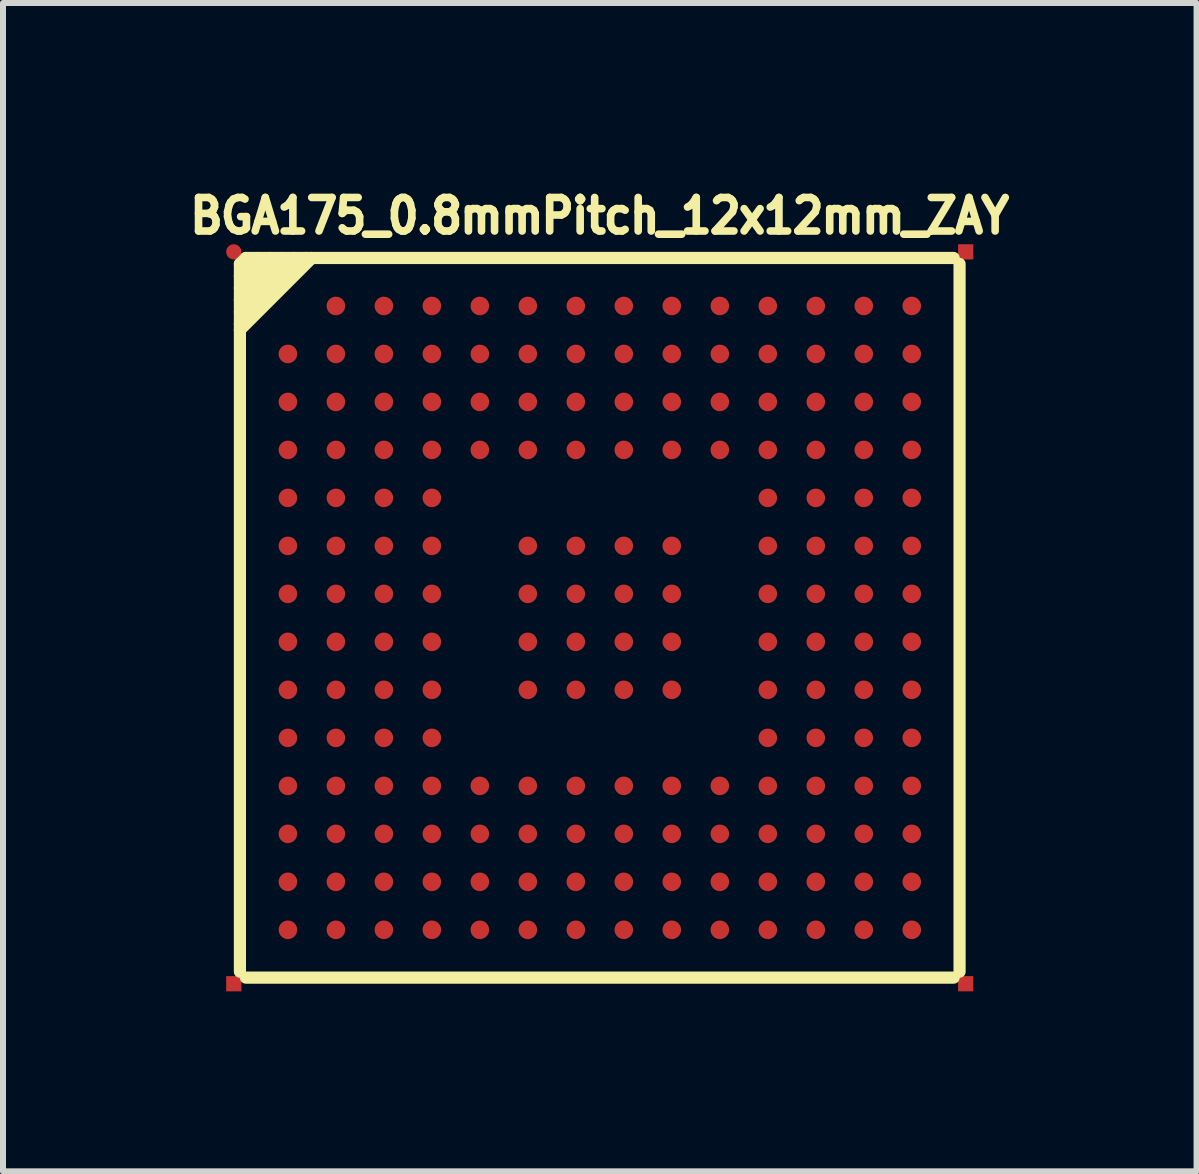
<source format=kicad_pcb>
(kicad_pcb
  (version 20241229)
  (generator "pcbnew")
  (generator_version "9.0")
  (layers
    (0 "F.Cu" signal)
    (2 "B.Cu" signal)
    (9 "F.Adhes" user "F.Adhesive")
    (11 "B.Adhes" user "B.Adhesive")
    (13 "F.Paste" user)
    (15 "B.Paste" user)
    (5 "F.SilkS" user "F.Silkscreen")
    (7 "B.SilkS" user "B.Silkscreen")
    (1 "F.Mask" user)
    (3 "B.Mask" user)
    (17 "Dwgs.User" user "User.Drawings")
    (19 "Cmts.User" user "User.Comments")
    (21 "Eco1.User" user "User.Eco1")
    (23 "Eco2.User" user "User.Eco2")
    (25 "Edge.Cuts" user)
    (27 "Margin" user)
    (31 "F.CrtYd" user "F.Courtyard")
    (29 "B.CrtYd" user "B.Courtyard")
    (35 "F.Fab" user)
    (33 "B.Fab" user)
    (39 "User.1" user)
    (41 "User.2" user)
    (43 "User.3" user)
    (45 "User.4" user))
  (footprint "BGA175_0.8mmPitch_12x12mm_ZAY"
    (layer "F.Cu")
    (at 6.949 7.25)
    (property "Reference" "BGA175_0.8mmPitch_12x12mm_ZAY" (at 0 -6.701 0) (layer "F.SilkS") (effects (font (size 0.559 0.508) (thickness 0.127))))
    (attr smd)
    (fp_line (start -5.999 -5.9) (end -5.999 5.9) (stroke (width 0.203) (type solid)) (layer "F.SilkS"))
    (fp_line (start -5.999 -5.9) (end -5.9 -5.999) (stroke (width 0.203) (type solid)) (layer "F.SilkS"))
    (fp_line (start -5.999 -5.7) (end -5.7 -5.999) (stroke (width 0.203) (type solid)) (layer "F.SilkS"))
    (fp_line (start -5.999 -5.499) (end -5.499 -5.999) (stroke (width 0.203) (type solid)) (layer "F.SilkS"))
    (fp_line (start -5.999 -5.301) (end -5.301 -5.999) (stroke (width 0.203) (type solid)) (layer "F.SilkS"))
    (fp_line (start -5.999 -5.1) (end -5.1 -5.999) (stroke (width 0.203) (type solid)) (layer "F.SilkS"))
    (fp_line (start -5.999 -4.9) (end -4.9 -5.999) (stroke (width 0.203) (type solid)) (layer "F.SilkS"))
    (fp_line (start -5.9 5.999) (end 5.9 5.999) (stroke (width 0.203) (type solid)) (layer "F.SilkS"))
    (fp_line (start -4.801 -5.999) (end -5.999 -4.801) (stroke (width 0.203) (type solid)) (layer "F.SilkS"))
    (fp_line (start 5.9 -5.999) (end -5.9 -5.999) (stroke (width 0.203) (type solid)) (layer "F.SilkS"))
    (fp_line (start 5.999 5.9) (end 5.999 -5.9) (stroke (width 0.203) (type solid)) (layer "F.SilkS"))
    (pad "0" smd circle (at -6.101 -6.101) (size 0.254 0.254) (layers "F.Cu" "F.Mask"))
    (pad "0" smd rect (at -6.101 6.101) (size 0.254 0.254) (layers "F.Cu" "F.Mask"))
    (pad "0" smd rect (at 6.101 -6.101) (size 0.254 0.254) (layers "F.Cu" "F.Mask"))
    (pad "0" smd rect (at 6.101 6.101) (size 0.254 0.254) (layers "F.Cu" "F.Mask"))
    (pad "A2" smd circle (at -4.399 -5.199) (size 0.31 0.31) (layers "F.Cu" "F.Mask" "F.Paste"))
    (pad "A3" smd circle (at -3.599 -5.199) (size 0.31 0.31) (layers "F.Cu" "F.Mask" "F.Paste"))
    (pad "A4" smd circle (at -2.799 -5.199) (size 0.31 0.31) (layers "F.Cu" "F.Mask" "F.Paste"))
    (pad "A5" smd circle (at -1.999 -5.199) (size 0.31 0.31) (layers "F.Cu" "F.Mask" "F.Paste"))
    (pad "A6" smd circle (at -1.199 -5.199) (size 0.31 0.31) (layers "F.Cu" "F.Mask" "F.Paste"))
    (pad "A7" smd circle (at -0.399 -5.199) (size 0.31 0.31) (layers "F.Cu" "F.Mask" "F.Paste"))
    (pad "A8" smd circle (at 0.401 -5.199) (size 0.31 0.31) (layers "F.Cu" "F.Mask" "F.Paste"))
    (pad "A9" smd circle (at 1.201 -5.199) (size 0.31 0.31) (layers "F.Cu" "F.Mask" "F.Paste"))
    (pad "A10" smd circle (at 2.002 -5.199) (size 0.31 0.31) (layers "F.Cu" "F.Mask" "F.Paste"))
    (pad "A11" smd circle (at 2.802 -5.199) (size 0.31 0.31) (layers "F.Cu" "F.Mask" "F.Paste"))
    (pad "A12" smd circle (at 3.602 -5.199) (size 0.31 0.31) (layers "F.Cu" "F.Mask" "F.Paste"))
    (pad "A13" smd circle (at 4.402 -5.199) (size 0.31 0.31) (layers "F.Cu" "F.Mask" "F.Paste"))
    (pad "A14" smd circle (at 5.202 -5.199) (size 0.31 0.31) (layers "F.Cu" "F.Mask" "F.Paste"))
    (pad "B1" smd circle (at -5.199 -4.399) (size 0.31 0.31) (layers "F.Cu" "F.Mask" "F.Paste"))
    (pad "B2" smd circle (at -4.399 -4.399) (size 0.31 0.31) (layers "F.Cu" "F.Mask" "F.Paste"))
    (pad "B3" smd circle (at -3.599 -4.399) (size 0.31 0.31) (layers "F.Cu" "F.Mask" "F.Paste"))
    (pad "B4" smd circle (at -2.799 -4.399) (size 0.31 0.31) (layers "F.Cu" "F.Mask" "F.Paste"))
    (pad "B5" smd circle (at -1.999 -4.399) (size 0.31 0.31) (layers "F.Cu" "F.Mask" "F.Paste"))
    (pad "B6" smd circle (at -1.199 -4.399) (size 0.31 0.31) (layers "F.Cu" "F.Mask" "F.Paste"))
    (pad "B7" smd circle (at -0.399 -4.399) (size 0.31 0.31) (layers "F.Cu" "F.Mask" "F.Paste"))
    (pad "B8" smd circle (at 0.401 -4.399) (size 0.31 0.31) (layers "F.Cu" "F.Mask" "F.Paste"))
    (pad "B9" smd circle (at 1.201 -4.399) (size 0.31 0.31) (layers "F.Cu" "F.Mask" "F.Paste"))
    (pad "B10" smd circle (at 2.002 -4.399) (size 0.31 0.31) (layers "F.Cu" "F.Mask" "F.Paste"))
    (pad "B11" smd circle (at 2.802 -4.399) (size 0.31 0.31) (layers "F.Cu" "F.Mask" "F.Paste"))
    (pad "B12" smd circle (at 3.602 -4.399) (size 0.31 0.31) (layers "F.Cu" "F.Mask" "F.Paste"))
    (pad "B13" smd circle (at 4.402 -4.399) (size 0.31 0.31) (layers "F.Cu" "F.Mask" "F.Paste"))
    (pad "B14" smd circle (at 5.202 -4.399) (size 0.31 0.31) (layers "F.Cu" "F.Mask" "F.Paste"))
    (pad "C1" smd circle (at -5.199 -3.599) (size 0.31 0.31) (layers "F.Cu" "F.Mask" "F.Paste"))
    (pad "C2" smd circle (at -4.399 -3.599) (size 0.31 0.31) (layers "F.Cu" "F.Mask" "F.Paste"))
    (pad "C3" smd circle (at -3.599 -3.599) (size 0.31 0.31) (layers "F.Cu" "F.Mask" "F.Paste"))
    (pad "C4" smd circle (at -2.799 -3.599) (size 0.31 0.31) (layers "F.Cu" "F.Mask" "F.Paste"))
    (pad "C5" smd circle (at -1.999 -3.599) (size 0.31 0.31) (layers "F.Cu" "F.Mask" "F.Paste"))
    (pad "C6" smd circle (at -1.199 -3.599) (size 0.31 0.31) (layers "F.Cu" "F.Mask" "F.Paste"))
    (pad "C7" smd circle (at -0.399 -3.599) (size 0.31 0.31) (layers "F.Cu" "F.Mask" "F.Paste"))
    (pad "C8" smd circle (at 0.401 -3.599) (size 0.31 0.31) (layers "F.Cu" "F.Mask" "F.Paste"))
    (pad "C9" smd circle (at 1.201 -3.599) (size 0.31 0.31) (layers "F.Cu" "F.Mask" "F.Paste"))
    (pad "C10" smd circle (at 2.002 -3.599) (size 0.31 0.31) (layers "F.Cu" "F.Mask" "F.Paste"))
    (pad "C11" smd circle (at 2.802 -3.599) (size 0.31 0.31) (layers "F.Cu" "F.Mask" "F.Paste"))
    (pad "C12" smd circle (at 3.602 -3.599) (size 0.31 0.31) (layers "F.Cu" "F.Mask" "F.Paste"))
    (pad "C13" smd circle (at 4.402 -3.599) (size 0.31 0.31) (layers "F.Cu" "F.Mask" "F.Paste"))
    (pad "C14" smd circle (at 5.202 -3.599) (size 0.31 0.31) (layers "F.Cu" "F.Mask" "F.Paste"))
    (pad "D1" smd circle (at -5.199 -2.799) (size 0.31 0.31) (layers "F.Cu" "F.Mask" "F.Paste"))
    (pad "D2" smd circle (at -4.399 -2.799) (size 0.31 0.31) (layers "F.Cu" "F.Mask" "F.Paste"))
    (pad "D3" smd circle (at -3.599 -2.799) (size 0.31 0.31) (layers "F.Cu" "F.Mask" "F.Paste"))
    (pad "D4" smd circle (at -2.799 -2.799) (size 0.31 0.31) (layers "F.Cu" "F.Mask" "F.Paste"))
    (pad "D5" smd circle (at -1.999 -2.799) (size 0.31 0.31) (layers "F.Cu" "F.Mask" "F.Paste"))
    (pad "D6" smd circle (at -1.199 -2.799) (size 0.31 0.31) (layers "F.Cu" "F.Mask" "F.Paste"))
    (pad "D7" smd circle (at -0.399 -2.799) (size 0.31 0.31) (layers "F.Cu" "F.Mask" "F.Paste"))
    (pad "D8" smd circle (at 0.401 -2.799) (size 0.31 0.31) (layers "F.Cu" "F.Mask" "F.Paste"))
    (pad "D9" smd circle (at 1.201 -2.799) (size 0.31 0.31) (layers "F.Cu" "F.Mask" "F.Paste"))
    (pad "D10" smd circle (at 2.002 -2.799) (size 0.31 0.31) (layers "F.Cu" "F.Mask" "F.Paste"))
    (pad "D11" smd circle (at 2.802 -2.799) (size 0.31 0.31) (layers "F.Cu" "F.Mask" "F.Paste"))
    (pad "D12" smd circle (at 3.602 -2.799) (size 0.31 0.31) (layers "F.Cu" "F.Mask" "F.Paste"))
    (pad "D13" smd circle (at 4.402 -2.799) (size 0.31 0.31) (layers "F.Cu" "F.Mask" "F.Paste"))
    (pad "D14" smd circle (at 5.202 -2.799) (size 0.31 0.31) (layers "F.Cu" "F.Mask" "F.Paste"))
    (pad "E1" smd circle (at -5.199 -1.999) (size 0.31 0.31) (layers "F.Cu" "F.Mask" "F.Paste"))
    (pad "E2" smd circle (at -4.399 -1.999) (size 0.31 0.31) (layers "F.Cu" "F.Mask" "F.Paste"))
    (pad "E3" smd circle (at -3.599 -1.999) (size 0.31 0.31) (layers "F.Cu" "F.Mask" "F.Paste"))
    (pad "E4" smd circle (at -2.799 -1.999) (size 0.31 0.31) (layers "F.Cu" "F.Mask" "F.Paste"))
    (pad "E11" smd circle (at 2.802 -1.999) (size 0.31 0.31) (layers "F.Cu" "F.Mask" "F.Paste"))
    (pad "E12" smd circle (at 3.602 -1.999) (size 0.31 0.31) (layers "F.Cu" "F.Mask" "F.Paste"))
    (pad "E13" smd circle (at 4.402 -1.999) (size 0.31 0.31) (layers "F.Cu" "F.Mask" "F.Paste"))
    (pad "E14" smd circle (at 5.202 -1.999) (size 0.31 0.31) (layers "F.Cu" "F.Mask" "F.Paste"))
    (pad "F1" smd circle (at -5.199 -1.199) (size 0.31 0.31) (layers "F.Cu" "F.Mask" "F.Paste"))
    (pad "F2" smd circle (at -4.399 -1.199) (size 0.31 0.31) (layers "F.Cu" "F.Mask" "F.Paste"))
    (pad "F3" smd circle (at -3.599 -1.199) (size 0.31 0.31) (layers "F.Cu" "F.Mask" "F.Paste"))
    (pad "F4" smd circle (at -2.799 -1.199) (size 0.31 0.31) (layers "F.Cu" "F.Mask" "F.Paste"))
    (pad "F6" smd circle (at -1.199 -1.199) (size 0.31 0.31) (layers "F.Cu" "F.Mask" "F.Paste"))
    (pad "F7" smd circle (at -0.399 -1.199) (size 0.31 0.31) (layers "F.Cu" "F.Mask" "F.Paste"))
    (pad "F8" smd circle (at 0.401 -1.199) (size 0.31 0.31) (layers "F.Cu" "F.Mask" "F.Paste"))
    (pad "F9" smd circle (at 1.201 -1.199) (size 0.31 0.31) (layers "F.Cu" "F.Mask" "F.Paste"))
    (pad "F11" smd circle (at 2.802 -1.199) (size 0.31 0.31) (layers "F.Cu" "F.Mask" "F.Paste"))
    (pad "F12" smd circle (at 3.602 -1.199) (size 0.31 0.31) (layers "F.Cu" "F.Mask" "F.Paste"))
    (pad "F13" smd circle (at 4.402 -1.199) (size 0.31 0.31) (layers "F.Cu" "F.Mask" "F.Paste"))
    (pad "F14" smd circle (at 5.202 -1.199) (size 0.31 0.31) (layers "F.Cu" "F.Mask" "F.Paste"))
    (pad "G1" smd circle (at -5.199 -0.399) (size 0.31 0.31) (layers "F.Cu" "F.Mask" "F.Paste"))
    (pad "G2" smd circle (at -4.399 -0.399) (size 0.31 0.31) (layers "F.Cu" "F.Mask" "F.Paste"))
    (pad "G3" smd circle (at -3.599 -0.399) (size 0.31 0.31) (layers "F.Cu" "F.Mask" "F.Paste"))
    (pad "G4" smd circle (at -2.799 -0.399) (size 0.31 0.31) (layers "F.Cu" "F.Mask" "F.Paste"))
    (pad "G6" smd circle (at -1.199 -0.399) (size 0.31 0.31) (layers "F.Cu" "F.Mask" "F.Paste"))
    (pad "G7" smd circle (at -0.399 -0.399) (size 0.31 0.31) (layers "F.Cu" "F.Mask" "F.Paste"))
    (pad "G8" smd circle (at 0.401 -0.399) (size 0.31 0.31) (layers "F.Cu" "F.Mask" "F.Paste"))
    (pad "G9" smd circle (at 1.201 -0.399) (size 0.31 0.31) (layers "F.Cu" "F.Mask" "F.Paste"))
    (pad "G11" smd circle (at 2.802 -0.399) (size 0.31 0.31) (layers "F.Cu" "F.Mask" "F.Paste"))
    (pad "G12" smd circle (at 3.602 -0.399) (size 0.31 0.31) (layers "F.Cu" "F.Mask" "F.Paste"))
    (pad "G13" smd circle (at 4.402 -0.399) (size 0.31 0.31) (layers "F.Cu" "F.Mask" "F.Paste"))
    (pad "G14" smd circle (at 5.202 -0.399) (size 0.31 0.31) (layers "F.Cu" "F.Mask" "F.Paste"))
    (pad "H1" smd circle (at -5.199 0.401) (size 0.31 0.31) (layers "F.Cu" "F.Mask" "F.Paste"))
    (pad "H2" smd circle (at -4.399 0.401) (size 0.31 0.31) (layers "F.Cu" "F.Mask" "F.Paste"))
    (pad "H3" smd circle (at -3.599 0.401) (size 0.31 0.31) (layers "F.Cu" "F.Mask" "F.Paste"))
    (pad "H4" smd circle (at -2.799 0.401) (size 0.31 0.31) (layers "F.Cu" "F.Mask" "F.Paste"))
    (pad "H6" smd circle (at -1.199 0.401) (size 0.31 0.31) (layers "F.Cu" "F.Mask" "F.Paste"))
    (pad "H7" smd circle (at -0.399 0.401) (size 0.31 0.31) (layers "F.Cu" "F.Mask" "F.Paste"))
    (pad "H8" smd circle (at 0.401 0.401) (size 0.31 0.31) (layers "F.Cu" "F.Mask" "F.Paste"))
    (pad "H9" smd circle (at 1.201 0.401) (size 0.31 0.31) (layers "F.Cu" "F.Mask" "F.Paste"))
    (pad "H11" smd circle (at 2.802 0.401) (size 0.31 0.31) (layers "F.Cu" "F.Mask" "F.Paste"))
    (pad "H12" smd circle (at 3.602 0.401) (size 0.31 0.31) (layers "F.Cu" "F.Mask" "F.Paste"))
    (pad "H13" smd circle (at 4.402 0.401) (size 0.31 0.31) (layers "F.Cu" "F.Mask" "F.Paste"))
    (pad "H14" smd circle (at 5.202 0.401) (size 0.31 0.31) (layers "F.Cu" "F.Mask" "F.Paste"))
    (pad "J1" smd circle (at -5.199 1.201) (size 0.31 0.31) (layers "F.Cu" "F.Mask" "F.Paste"))
    (pad "J2" smd circle (at -4.399 1.201) (size 0.31 0.31) (layers "F.Cu" "F.Mask" "F.Paste"))
    (pad "J3" smd circle (at -3.599 1.201) (size 0.31 0.31) (layers "F.Cu" "F.Mask" "F.Paste"))
    (pad "J4" smd circle (at -2.799 1.201) (size 0.31 0.31) (layers "F.Cu" "F.Mask" "F.Paste"))
    (pad "J6" smd circle (at -1.199 1.201) (size 0.31 0.31) (layers "F.Cu" "F.Mask" "F.Paste"))
    (pad "J7" smd circle (at -0.399 1.201) (size 0.31 0.31) (layers "F.Cu" "F.Mask" "F.Paste"))
    (pad "J8" smd circle (at 0.401 1.201) (size 0.31 0.31) (layers "F.Cu" "F.Mask" "F.Paste"))
    (pad "J9" smd circle (at 1.201 1.201) (size 0.31 0.31) (layers "F.Cu" "F.Mask" "F.Paste"))
    (pad "J11" smd circle (at 2.802 1.201) (size 0.31 0.31) (layers "F.Cu" "F.Mask" "F.Paste"))
    (pad "J12" smd circle (at 3.602 1.201) (size 0.31 0.31) (layers "F.Cu" "F.Mask" "F.Paste"))
    (pad "J13" smd circle (at 4.402 1.201) (size 0.31 0.31) (layers "F.Cu" "F.Mask" "F.Paste"))
    (pad "J14" smd circle (at 5.202 1.201) (size 0.31 0.31) (layers "F.Cu" "F.Mask" "F.Paste"))
    (pad "K1" smd circle (at -5.199 2.002) (size 0.31 0.31) (layers "F.Cu" "F.Mask" "F.Paste"))
    (pad "K2" smd circle (at -4.399 2.002) (size 0.31 0.31) (layers "F.Cu" "F.Mask" "F.Paste"))
    (pad "K3" smd circle (at -3.599 2.002) (size 0.31 0.31) (layers "F.Cu" "F.Mask" "F.Paste"))
    (pad "K4" smd circle (at -2.799 2.002) (size 0.31 0.31) (layers "F.Cu" "F.Mask" "F.Paste"))
    (pad "K11" smd circle (at 2.802 2.002) (size 0.31 0.31) (layers "F.Cu" "F.Mask" "F.Paste"))
    (pad "K12" smd circle (at 3.602 2.002) (size 0.31 0.31) (layers "F.Cu" "F.Mask" "F.Paste"))
    (pad "K13" smd circle (at 4.402 2.002) (size 0.31 0.31) (layers "F.Cu" "F.Mask" "F.Paste"))
    (pad "K14" smd circle (at 5.202 2.002) (size 0.31 0.31) (layers "F.Cu" "F.Mask" "F.Paste"))
    (pad "L1" smd circle (at -5.199 2.802) (size 0.31 0.31) (layers "F.Cu" "F.Mask" "F.Paste"))
    (pad "L2" smd circle (at -4.399 2.802) (size 0.31 0.31) (layers "F.Cu" "F.Mask" "F.Paste"))
    (pad "L3" smd circle (at -3.599 2.802) (size 0.31 0.31) (layers "F.Cu" "F.Mask" "F.Paste"))
    (pad "L4" smd circle (at -2.799 2.802) (size 0.31 0.31) (layers "F.Cu" "F.Mask" "F.Paste"))
    (pad "L5" smd circle (at -1.999 2.802) (size 0.31 0.31) (layers "F.Cu" "F.Mask" "F.Paste"))
    (pad "L6" smd circle (at -1.199 2.802) (size 0.31 0.31) (layers "F.Cu" "F.Mask" "F.Paste"))
    (pad "L7" smd circle (at -0.399 2.802) (size 0.31 0.31) (layers "F.Cu" "F.Mask" "F.Paste"))
    (pad "L8" smd circle (at 0.401 2.802) (size 0.31 0.31) (layers "F.Cu" "F.Mask" "F.Paste"))
    (pad "L9" smd circle (at 1.201 2.802) (size 0.31 0.31) (layers "F.Cu" "F.Mask" "F.Paste"))
    (pad "L10" smd circle (at 2.002 2.802) (size 0.31 0.31) (layers "F.Cu" "F.Mask" "F.Paste"))
    (pad "L11" smd circle (at 2.802 2.802) (size 0.31 0.31) (layers "F.Cu" "F.Mask" "F.Paste"))
    (pad "L12" smd circle (at 3.602 2.802) (size 0.31 0.31) (layers "F.Cu" "F.Mask" "F.Paste"))
    (pad "L13" smd circle (at 4.402 2.802) (size 0.31 0.31) (layers "F.Cu" "F.Mask" "F.Paste"))
    (pad "L14" smd circle (at 5.202 2.802) (size 0.31 0.31) (layers "F.Cu" "F.Mask" "F.Paste"))
    (pad "M1" smd circle (at -5.199 3.602) (size 0.31 0.31) (layers "F.Cu" "F.Mask" "F.Paste"))
    (pad "M2" smd circle (at -4.399 3.602) (size 0.31 0.31) (layers "F.Cu" "F.Mask" "F.Paste"))
    (pad "M3" smd circle (at -3.599 3.602) (size 0.31 0.31) (layers "F.Cu" "F.Mask" "F.Paste"))
    (pad "M4" smd circle (at -2.799 3.602) (size 0.31 0.31) (layers "F.Cu" "F.Mask" "F.Paste"))
    (pad "M5" smd circle (at -1.999 3.602) (size 0.31 0.31) (layers "F.Cu" "F.Mask" "F.Paste"))
    (pad "M6" smd circle (at -1.199 3.602) (size 0.31 0.31) (layers "F.Cu" "F.Mask" "F.Paste"))
    (pad "M7" smd circle (at -0.399 3.602) (size 0.31 0.31) (layers "F.Cu" "F.Mask" "F.Paste"))
    (pad "M8" smd circle (at 0.401 3.602) (size 0.31 0.31) (layers "F.Cu" "F.Mask" "F.Paste"))
    (pad "M9" smd circle (at 1.201 3.602) (size 0.31 0.31) (layers "F.Cu" "F.Mask" "F.Paste"))
    (pad "M10" smd circle (at 2.002 3.602) (size 0.31 0.31) (layers "F.Cu" "F.Mask" "F.Paste"))
    (pad "M11" smd circle (at 2.802 3.602) (size 0.31 0.31) (layers "F.Cu" "F.Mask" "F.Paste"))
    (pad "M12" smd circle (at 3.602 3.602) (size 0.31 0.31) (layers "F.Cu" "F.Mask" "F.Paste"))
    (pad "M13" smd circle (at 4.402 3.602) (size 0.31 0.31) (layers "F.Cu" "F.Mask" "F.Paste"))
    (pad "M14" smd circle (at 5.202 3.602) (size 0.31 0.31) (layers "F.Cu" "F.Mask" "F.Paste"))
    (pad "N1" smd circle (at -5.199 4.402) (size 0.31 0.31) (layers "F.Cu" "F.Mask" "F.Paste"))
    (pad "N2" smd circle (at -4.399 4.402) (size 0.31 0.31) (layers "F.Cu" "F.Mask" "F.Paste"))
    (pad "N3" smd circle (at -3.599 4.402) (size 0.31 0.31) (layers "F.Cu" "F.Mask" "F.Paste"))
    (pad "N4" smd circle (at -2.799 4.402) (size 0.31 0.31) (layers "F.Cu" "F.Mask" "F.Paste"))
    (pad "N5" smd circle (at -1.999 4.402) (size 0.31 0.31) (layers "F.Cu" "F.Mask" "F.Paste"))
    (pad "N6" smd circle (at -1.199 4.402) (size 0.31 0.31) (layers "F.Cu" "F.Mask" "F.Paste"))
    (pad "N7" smd circle (at -0.399 4.402) (size 0.31 0.31) (layers "F.Cu" "F.Mask" "F.Paste"))
    (pad "N8" smd circle (at 0.401 4.402) (size 0.31 0.31) (layers "F.Cu" "F.Mask" "F.Paste"))
    (pad "N9" smd circle (at 1.201 4.402) (size 0.31 0.31) (layers "F.Cu" "F.Mask" "F.Paste"))
    (pad "N10" smd circle (at 2.002 4.402) (size 0.31 0.31) (layers "F.Cu" "F.Mask" "F.Paste"))
    (pad "N11" smd circle (at 2.802 4.402) (size 0.31 0.31) (layers "F.Cu" "F.Mask" "F.Paste"))
    (pad "N12" smd circle (at 3.602 4.402) (size 0.31 0.31) (layers "F.Cu" "F.Mask" "F.Paste"))
    (pad "N13" smd circle (at 4.402 4.402) (size 0.31 0.31) (layers "F.Cu" "F.Mask" "F.Paste"))
    (pad "N14" smd circle (at 5.202 4.402) (size 0.31 0.31) (layers "F.Cu" "F.Mask" "F.Paste"))
    (pad "P1" smd circle (at -5.199 5.202) (size 0.31 0.31) (layers "F.Cu" "F.Mask" "F.Paste"))
    (pad "P2" smd circle (at -4.399 5.202) (size 0.31 0.31) (layers "F.Cu" "F.Mask" "F.Paste"))
    (pad "P3" smd circle (at -3.599 5.202) (size 0.31 0.31) (layers "F.Cu" "F.Mask" "F.Paste"))
    (pad "P4" smd circle (at -2.799 5.202) (size 0.31 0.31) (layers "F.Cu" "F.Mask" "F.Paste"))
    (pad "P5" smd circle (at -1.999 5.202) (size 0.31 0.31) (layers "F.Cu" "F.Mask" "F.Paste"))
    (pad "P6" smd circle (at -1.199 5.202) (size 0.31 0.31) (layers "F.Cu" "F.Mask" "F.Paste"))
    (pad "P7" smd circle (at -0.399 5.202) (size 0.31 0.31) (layers "F.Cu" "F.Mask" "F.Paste"))
    (pad "P8" smd circle (at 0.401 5.202) (size 0.31 0.31) (layers "F.Cu" "F.Mask" "F.Paste"))
    (pad "P9" smd circle (at 1.201 5.202) (size 0.31 0.31) (layers "F.Cu" "F.Mask" "F.Paste"))
    (pad "P10" smd circle (at 2.002 5.202) (size 0.31 0.31) (layers "F.Cu" "F.Mask" "F.Paste"))
    (pad "P11" smd circle (at 2.802 5.202) (size 0.31 0.31) (layers "F.Cu" "F.Mask" "F.Paste"))
    (pad "P12" smd circle (at 3.602 5.202) (size 0.31 0.31) (layers "F.Cu" "F.Mask" "F.Paste"))
    (pad "P13" smd circle (at 4.402 5.202) (size 0.31 0.31) (layers "F.Cu" "F.Mask" "F.Paste"))
    (pad "P14" smd circle (at 5.202 5.202) (size 0.31 0.31) (layers "F.Cu" "F.Mask" "F.Paste")))
  (gr_rect
    (start -3 -3)
    (end 16.899 16.478)
    (stroke (width 0.1) (type default))
    (fill no)
    (layer "Edge.Cuts")))
</source>
